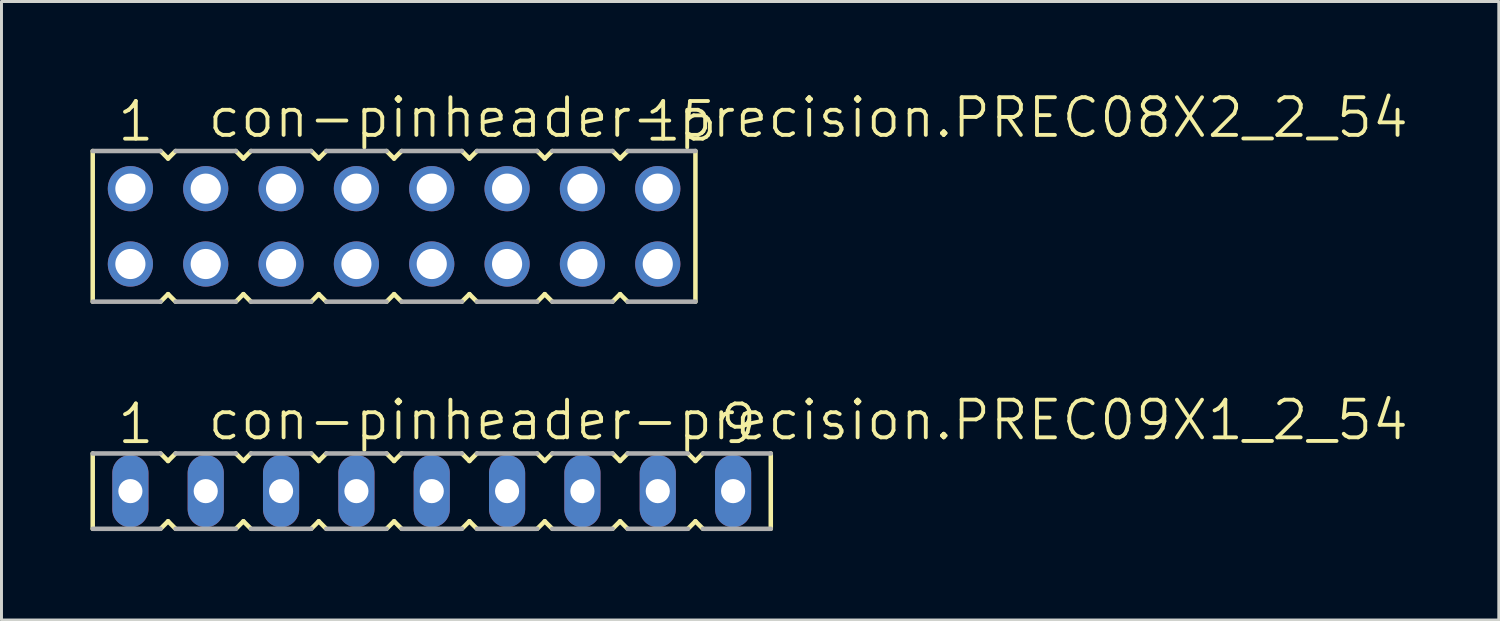
<source format=kicad_pcb>
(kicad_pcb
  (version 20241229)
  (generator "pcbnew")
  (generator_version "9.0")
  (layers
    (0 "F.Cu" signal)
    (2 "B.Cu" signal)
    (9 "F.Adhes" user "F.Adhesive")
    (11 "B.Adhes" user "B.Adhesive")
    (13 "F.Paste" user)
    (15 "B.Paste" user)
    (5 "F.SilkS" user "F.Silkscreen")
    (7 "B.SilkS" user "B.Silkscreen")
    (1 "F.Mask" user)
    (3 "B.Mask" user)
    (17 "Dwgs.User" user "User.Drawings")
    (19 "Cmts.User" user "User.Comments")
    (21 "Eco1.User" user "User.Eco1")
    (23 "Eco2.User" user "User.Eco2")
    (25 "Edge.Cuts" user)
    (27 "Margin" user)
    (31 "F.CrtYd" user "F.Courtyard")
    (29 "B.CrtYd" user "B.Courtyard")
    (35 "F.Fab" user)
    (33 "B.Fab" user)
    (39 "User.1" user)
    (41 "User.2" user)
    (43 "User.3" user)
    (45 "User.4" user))
  (footprint "con-pinheader-precision.PREC08X2_2_54"
    (layer "F.Cu")
    (at 10.236 4.581)
    (property "Reference" "con-pinheader-precision.PREC08X2_2_54" (at -6.35 -2.921 0) (layer "F.SilkS") (effects (font (size 1.27 1.27) (thickness 0.13)) (justify left bottom)))
    (attr through_hole)
    (fp_line (start -10.16 -2.54) (end -10.16 2.54) (stroke (width 0.152) (type default)) (layer "F.SilkS"))
    (fp_line (start -7.874 2.54) (end -7.62 2.286) (stroke (width 0.152) (type default)) (layer "F.SilkS"))
    (fp_line (start -7.62 -2.286) (end -7.874 -2.54) (stroke (width 0.152) (type default)) (layer "F.SilkS"))
    (fp_line (start -7.62 2.286) (end -7.366 2.54) (stroke (width 0.152) (type default)) (layer "F.SilkS"))
    (fp_line (start -7.366 -2.54) (end -7.62 -2.286) (stroke (width 0.152) (type default)) (layer "F.SilkS"))
    (fp_line (start -5.334 2.54) (end -5.08 2.286) (stroke (width 0.152) (type default)) (layer "F.SilkS"))
    (fp_line (start -5.08 -2.286) (end -5.334 -2.54) (stroke (width 0.152) (type default)) (layer "F.SilkS"))
    (fp_line (start -5.08 2.286) (end -4.826 2.54) (stroke (width 0.152) (type default)) (layer "F.SilkS"))
    (fp_line (start -4.826 -2.54) (end -5.08 -2.286) (stroke (width 0.152) (type default)) (layer "F.SilkS"))
    (fp_line (start -2.794 2.54) (end -2.54 2.286) (stroke (width 0.152) (type default)) (layer "F.SilkS"))
    (fp_line (start -2.54 -2.286) (end -2.794 -2.54) (stroke (width 0.152) (type default)) (layer "F.SilkS"))
    (fp_line (start -2.54 2.286) (end -2.286 2.54) (stroke (width 0.152) (type default)) (layer "F.SilkS"))
    (fp_line (start -2.286 -2.54) (end -2.54 -2.286) (stroke (width 0.152) (type default)) (layer "F.SilkS"))
    (fp_line (start -0.254 2.54) (end 0 2.286) (stroke (width 0.152) (type default)) (layer "F.SilkS"))
    (fp_line (start 0 -2.286) (end -0.254 -2.54) (stroke (width 0.152) (type default)) (layer "F.SilkS"))
    (fp_line (start 0 2.286) (end 0.254 2.54) (stroke (width 0.152) (type default)) (layer "F.SilkS"))
    (fp_line (start 0.254 -2.54) (end 0 -2.286) (stroke (width 0.152) (type default)) (layer "F.SilkS"))
    (fp_line (start 2.286 2.54) (end 2.54 2.286) (stroke (width 0.152) (type default)) (layer "F.SilkS"))
    (fp_line (start 2.54 -2.286) (end 2.286 -2.54) (stroke (width 0.152) (type default)) (layer "F.SilkS"))
    (fp_line (start 2.54 2.286) (end 2.794 2.54) (stroke (width 0.152) (type default)) (layer "F.SilkS"))
    (fp_line (start 2.794 -2.54) (end 2.54 -2.286) (stroke (width 0.152) (type default)) (layer "F.SilkS"))
    (fp_line (start 4.826 2.54) (end 5.08 2.286) (stroke (width 0.152) (type default)) (layer "F.SilkS"))
    (fp_line (start 5.08 -2.286) (end 4.826 -2.54) (stroke (width 0.152) (type default)) (layer "F.SilkS"))
    (fp_line (start 5.08 2.286) (end 5.334 2.54) (stroke (width 0.152) (type default)) (layer "F.SilkS"))
    (fp_line (start 5.334 -2.54) (end 5.08 -2.286) (stroke (width 0.152) (type default)) (layer "F.SilkS"))
    (fp_line (start 7.366 2.54) (end 7.62 2.286) (stroke (width 0.152) (type default)) (layer "F.SilkS"))
    (fp_line (start 7.62 -2.286) (end 7.366 -2.54) (stroke (width 0.152) (type default)) (layer "F.SilkS"))
    (fp_line (start 7.62 2.286) (end 7.874 2.54) (stroke (width 0.152) (type default)) (layer "F.SilkS"))
    (fp_line (start 7.874 -2.54) (end 7.62 -2.286) (stroke (width 0.152) (type default)) (layer "F.SilkS"))
    (fp_line (start 10.16 2.54) (end 10.16 -2.54) (stroke (width 0.152) (type default)) (layer "F.SilkS"))
    (fp_line (start -10.16 2.54) (end -7.874 2.54) (stroke (width 0.152) (type default)) (layer "F.Fab"))
    (fp_line (start -7.874 -2.54) (end -10.16 -2.54) (stroke (width 0.152) (type default)) (layer "F.Fab"))
    (fp_line (start -7.366 2.54) (end -5.334 2.54) (stroke (width 0.152) (type default)) (layer "F.Fab"))
    (fp_line (start -5.334 -2.54) (end -7.366 -2.54) (stroke (width 0.152) (type default)) (layer "F.Fab"))
    (fp_line (start -4.826 2.54) (end -2.794 2.54) (stroke (width 0.152) (type default)) (layer "F.Fab"))
    (fp_line (start -2.794 -2.54) (end -4.826 -2.54) (stroke (width 0.152) (type default)) (layer "F.Fab"))
    (fp_line (start -2.286 2.54) (end -0.254 2.54) (stroke (width 0.152) (type default)) (layer "F.Fab"))
    (fp_line (start -0.254 -2.54) (end -2.286 -2.54) (stroke (width 0.152) (type default)) (layer "F.Fab"))
    (fp_line (start 0.254 2.54) (end 2.286 2.54) (stroke (width 0.152) (type default)) (layer "F.Fab"))
    (fp_line (start 2.286 -2.54) (end 0.254 -2.54) (stroke (width 0.152) (type default)) (layer "F.Fab"))
    (fp_line (start 2.794 2.54) (end 4.826 2.54) (stroke (width 0.152) (type default)) (layer "F.Fab"))
    (fp_line (start 4.826 -2.54) (end 2.794 -2.54) (stroke (width 0.152) (type default)) (layer "F.Fab"))
    (fp_line (start 5.334 2.54) (end 7.366 2.54) (stroke (width 0.152) (type default)) (layer "F.Fab"))
    (fp_line (start 7.366 -2.54) (end 5.334 -2.54) (stroke (width 0.152) (type default)) (layer "F.Fab"))
    (fp_line (start 7.874 2.54) (end 10.16 2.54) (stroke (width 0.152) (type default)) (layer "F.Fab"))
    (fp_line (start 10.16 -2.54) (end 7.874 -2.54) (stroke (width 0.152) (type default)) (layer "F.Fab"))
    (fp_text user "15" (at 8.382 -2.794 0) (layer "F.SilkS") (effects (font (size 1.27 1.27) (thickness 0.13)) (justify left bottom)))
    (fp_text user "1" (at -9.398 -2.794 0) (layer "F.SilkS") (effects (font (size 1.27 1.27) (thickness 0.13)) (justify left bottom)))
    (pad "1" thru_hole circle (at -8.89 -1.27 180) (size 1.524 1.524) (drill 1.016) (layers "*.Cu" "*.Mask"))
    (pad "2" thru_hole circle (at -8.89 1.27 180) (size 1.524 1.524) (drill 1.016) (layers "*.Cu" "*.Mask"))
    (pad "3" thru_hole circle (at -6.35 -1.27 180) (size 1.524 1.524) (drill 1.016) (layers "*.Cu" "*.Mask"))
    (pad "4" thru_hole circle (at -6.35 1.27 180) (size 1.524 1.524) (drill 1.016) (layers "*.Cu" "*.Mask"))
    (pad "5" thru_hole circle (at -3.81 -1.27 180) (size 1.524 1.524) (drill 1.016) (layers "*.Cu" "*.Mask"))
    (pad "6" thru_hole circle (at -3.81 1.27 180) (size 1.524 1.524) (drill 1.016) (layers "*.Cu" "*.Mask"))
    (pad "7" thru_hole circle (at -1.27 -1.27 180) (size 1.524 1.524) (drill 1.016) (layers "*.Cu" "*.Mask"))
    (pad "8" thru_hole circle (at -1.27 1.27 180) (size 1.524 1.524) (drill 1.016) (layers "*.Cu" "*.Mask"))
    (pad "9" thru_hole circle (at 1.27 -1.27 180) (size 1.524 1.524) (drill 1.016) (layers "*.Cu" "*.Mask"))
    (pad "10" thru_hole circle (at 1.27 1.27 180) (size 1.524 1.524) (drill 1.016) (layers "*.Cu" "*.Mask"))
    (pad "11" thru_hole circle (at 3.81 -1.27 180) (size 1.524 1.524) (drill 1.016) (layers "*.Cu" "*.Mask"))
    (pad "12" thru_hole circle (at 3.81 1.27 180) (size 1.524 1.524) (drill 1.016) (layers "*.Cu" "*.Mask"))
    (pad "13" thru_hole circle (at 6.35 -1.27 180) (size 1.524 1.524) (drill 1.016) (layers "*.Cu" "*.Mask"))
    (pad "14" thru_hole circle (at 6.35 1.27 180) (size 1.524 1.524) (drill 1.016) (layers "*.Cu" "*.Mask"))
    (pad "15" thru_hole circle (at 8.89 -1.27 180) (size 1.524 1.524) (drill 1.016) (layers "*.Cu" "*.Mask"))
    (pad "16" thru_hole circle (at 8.89 1.27 180) (size 1.524 1.524) (drill 1.016) (layers "*.Cu" "*.Mask")))
  (footprint "con-pinheader-precision.PREC09X1_2_54"
    (layer "F.Cu")
    (at 11.506 13.508)
    (property "Reference" "con-pinheader-precision.PREC09X1_2_54" (at -7.62 -1.651 0) (layer "F.SilkS") (effects (font (size 1.27 1.27) (thickness 0.13)) (justify left bottom)))
    (attr through_hole)
    (fp_line (start -11.43 -1.27) (end -11.43 1.27) (stroke (width 0.152) (type default)) (layer "F.SilkS"))
    (fp_line (start -9.144 1.27) (end -8.89 1.016) (stroke (width 0.152) (type default)) (layer "F.SilkS"))
    (fp_line (start -8.89 -1.016) (end -9.144 -1.27) (stroke (width 0.152) (type default)) (layer "F.SilkS"))
    (fp_line (start -8.89 1.016) (end -8.636 1.27) (stroke (width 0.152) (type default)) (layer "F.SilkS"))
    (fp_line (start -8.636 -1.27) (end -8.89 -1.016) (stroke (width 0.152) (type default)) (layer "F.SilkS"))
    (fp_line (start -6.604 1.27) (end -6.35 1.016) (stroke (width 0.152) (type default)) (layer "F.SilkS"))
    (fp_line (start -6.35 -1.016) (end -6.604 -1.27) (stroke (width 0.152) (type default)) (layer "F.SilkS"))
    (fp_line (start -6.35 1.016) (end -6.096 1.27) (stroke (width 0.152) (type default)) (layer "F.SilkS"))
    (fp_line (start -6.096 -1.27) (end -6.35 -1.016) (stroke (width 0.152) (type default)) (layer "F.SilkS"))
    (fp_line (start -4.064 1.27) (end -3.81 1.016) (stroke (width 0.152) (type default)) (layer "F.SilkS"))
    (fp_line (start -3.81 -1.016) (end -4.064 -1.27) (stroke (width 0.152) (type default)) (layer "F.SilkS"))
    (fp_line (start -3.81 1.016) (end -3.556 1.27) (stroke (width 0.152) (type default)) (layer "F.SilkS"))
    (fp_line (start -3.556 -1.27) (end -3.81 -1.016) (stroke (width 0.152) (type default)) (layer "F.SilkS"))
    (fp_line (start -1.524 1.27) (end -1.27 1.016) (stroke (width 0.152) (type default)) (layer "F.SilkS"))
    (fp_line (start -1.27 -1.016) (end -1.524 -1.27) (stroke (width 0.152) (type default)) (layer "F.SilkS"))
    (fp_line (start -1.27 1.016) (end -1.016 1.27) (stroke (width 0.152) (type default)) (layer "F.SilkS"))
    (fp_line (start -1.016 -1.27) (end -1.27 -1.016) (stroke (width 0.152) (type default)) (layer "F.SilkS"))
    (fp_line (start 1.016 1.27) (end 1.27 1.016) (stroke (width 0.152) (type default)) (layer "F.SilkS"))
    (fp_line (start 1.27 -1.016) (end 1.016 -1.27) (stroke (width 0.152) (type default)) (layer "F.SilkS"))
    (fp_line (start 1.27 1.016) (end 1.524 1.27) (stroke (width 0.152) (type default)) (layer "F.SilkS"))
    (fp_line (start 1.524 -1.27) (end 1.27 -1.016) (stroke (width 0.152) (type default)) (layer "F.SilkS"))
    (fp_line (start 3.556 1.27) (end 3.81 1.016) (stroke (width 0.152) (type default)) (layer "F.SilkS"))
    (fp_line (start 3.81 -1.016) (end 3.556 -1.27) (stroke (width 0.152) (type default)) (layer "F.SilkS"))
    (fp_line (start 3.81 1.016) (end 4.064 1.27) (stroke (width 0.152) (type default)) (layer "F.SilkS"))
    (fp_line (start 4.064 -1.27) (end 3.81 -1.016) (stroke (width 0.152) (type default)) (layer "F.SilkS"))
    (fp_line (start 6.096 1.27) (end 6.35 1.016) (stroke (width 0.152) (type default)) (layer "F.SilkS"))
    (fp_line (start 6.35 -1.016) (end 6.096 -1.27) (stroke (width 0.152) (type default)) (layer "F.SilkS"))
    (fp_line (start 6.35 1.016) (end 6.604 1.27) (stroke (width 0.152) (type default)) (layer "F.SilkS"))
    (fp_line (start 6.604 -1.27) (end 6.35 -1.016) (stroke (width 0.152) (type default)) (layer "F.SilkS"))
    (fp_line (start 8.636 1.27) (end 8.89 1.016) (stroke (width 0.152) (type default)) (layer "F.SilkS"))
    (fp_line (start 8.89 -1.016) (end 8.636 -1.27) (stroke (width 0.152) (type default)) (layer "F.SilkS"))
    (fp_line (start 8.89 1.016) (end 9.144 1.27) (stroke (width 0.152) (type default)) (layer "F.SilkS"))
    (fp_line (start 9.144 -1.27) (end 8.89 -1.016) (stroke (width 0.152) (type default)) (layer "F.SilkS"))
    (fp_line (start 11.43 1.27) (end 11.43 -1.27) (stroke (width 0.152) (type default)) (layer "F.SilkS"))
    (fp_line (start -11.43 1.27) (end -9.144 1.27) (stroke (width 0.152) (type default)) (layer "F.Fab"))
    (fp_line (start -9.144 -1.27) (end -11.43 -1.27) (stroke (width 0.152) (type default)) (layer "F.Fab"))
    (fp_line (start -8.636 1.27) (end -6.604 1.27) (stroke (width 0.152) (type default)) (layer "F.Fab"))
    (fp_line (start -6.604 -1.27) (end -8.636 -1.27) (stroke (width 0.152) (type default)) (layer "F.Fab"))
    (fp_line (start -6.096 1.27) (end -4.064 1.27) (stroke (width 0.152) (type default)) (layer "F.Fab"))
    (fp_line (start -4.064 -1.27) (end -6.096 -1.27) (stroke (width 0.152) (type default)) (layer "F.Fab"))
    (fp_line (start -3.556 1.27) (end -1.524 1.27) (stroke (width 0.152) (type default)) (layer "F.Fab"))
    (fp_line (start -1.524 -1.27) (end -3.556 -1.27) (stroke (width 0.152) (type default)) (layer "F.Fab"))
    (fp_line (start -1.016 1.27) (end 1.016 1.27) (stroke (width 0.152) (type default)) (layer "F.Fab"))
    (fp_line (start 1.016 -1.27) (end -1.016 -1.27) (stroke (width 0.152) (type default)) (layer "F.Fab"))
    (fp_line (start 1.524 1.27) (end 3.556 1.27) (stroke (width 0.152) (type default)) (layer "F.Fab"))
    (fp_line (start 3.556 -1.27) (end 1.524 -1.27) (stroke (width 0.152) (type default)) (layer "F.Fab"))
    (fp_line (start 4.064 1.27) (end 6.096 1.27) (stroke (width 0.152) (type default)) (layer "F.Fab"))
    (fp_line (start 6.096 -1.27) (end 4.064 -1.27) (stroke (width 0.152) (type default)) (layer "F.Fab"))
    (fp_line (start 6.604 1.27) (end 8.636 1.27) (stroke (width 0.152) (type default)) (layer "F.Fab"))
    (fp_line (start 8.636 -1.27) (end 6.604 -1.27) (stroke (width 0.152) (type default)) (layer "F.Fab"))
    (fp_line (start 9.144 1.27) (end 11.43 1.27) (stroke (width 0.152) (type default)) (layer "F.Fab"))
    (fp_line (start 11.43 -1.27) (end 9.144 -1.27) (stroke (width 0.152) (type default)) (layer "F.Fab"))
    (fp_text user "1" (at -10.668 -1.524 0) (layer "F.SilkS") (effects (font (size 1.27 1.27) (thickness 0.13)) (justify left bottom)))
    (fp_text user "9" (at 9.652 -1.524 0) (layer "F.SilkS") (effects (font (size 1.27 1.27) (thickness 0.13)) (justify left bottom)))
    (pad "1" thru_hole oval (at -10.16 0 90) (size 2.438 1.219) (drill 0.813) (layers "*.Cu" "*.Mask"))
    (pad "2" thru_hole oval (at -7.62 0 90) (size 2.438 1.219) (drill 0.813) (layers "*.Cu" "*.Mask"))
    (pad "3" thru_hole oval (at -5.08 0 90) (size 2.438 1.219) (drill 0.813) (layers "*.Cu" "*.Mask"))
    (pad "4" thru_hole oval (at -2.54 0 90) (size 2.438 1.219) (drill 0.813) (layers "*.Cu" "*.Mask"))
    (pad "5" thru_hole oval (at 0 0 90) (size 2.438 1.219) (drill 0.813) (layers "*.Cu" "*.Mask"))
    (pad "6" thru_hole oval (at 2.54 0 90) (size 2.438 1.219) (drill 0.813) (layers "*.Cu" "*.Mask"))
    (pad "7" thru_hole oval (at 5.08 0 90) (size 2.438 1.219) (drill 0.813) (layers "*.Cu" "*.Mask"))
    (pad "8" thru_hole oval (at 7.62 0 90) (size 2.438 1.219) (drill 0.813) (layers "*.Cu" "*.Mask"))
    (pad "9" thru_hole oval (at 10.16 0 90) (size 2.438 1.219) (drill 0.813) (layers "*.Cu" "*.Mask")))
  (gr_rect
    (start -3 -3)
    (end 47.481 17.854)
    (stroke (width 0.1) (type default))
    (fill no)
    (layer "Edge.Cuts")))
</source>
